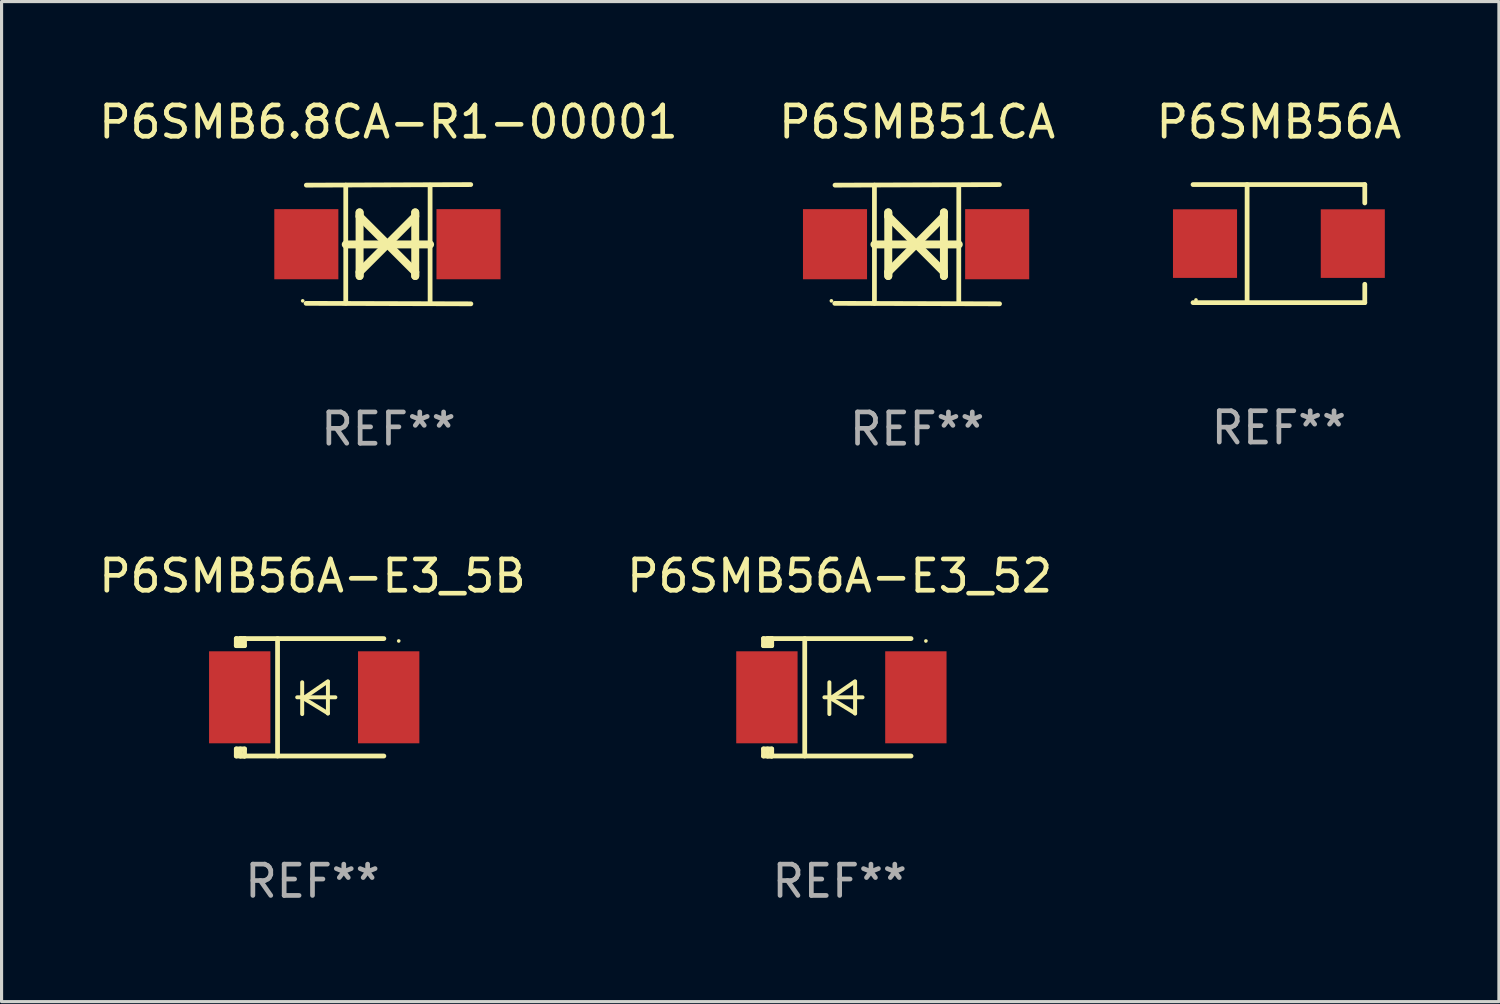
<source format=kicad_pcb>
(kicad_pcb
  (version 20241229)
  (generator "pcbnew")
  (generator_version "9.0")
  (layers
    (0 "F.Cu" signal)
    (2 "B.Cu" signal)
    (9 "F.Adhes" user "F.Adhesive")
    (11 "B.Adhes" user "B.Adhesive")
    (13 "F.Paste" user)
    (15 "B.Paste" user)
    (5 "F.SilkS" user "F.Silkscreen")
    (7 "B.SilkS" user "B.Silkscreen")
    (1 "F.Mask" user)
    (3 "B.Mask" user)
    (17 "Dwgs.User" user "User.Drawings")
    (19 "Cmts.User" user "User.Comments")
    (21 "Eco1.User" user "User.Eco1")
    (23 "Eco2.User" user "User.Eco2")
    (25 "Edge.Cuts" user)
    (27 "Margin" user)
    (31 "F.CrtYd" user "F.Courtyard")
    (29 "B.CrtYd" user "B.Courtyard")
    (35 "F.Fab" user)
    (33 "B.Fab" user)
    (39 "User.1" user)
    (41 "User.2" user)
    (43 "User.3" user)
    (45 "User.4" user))
  (footprint "P6SMB6.8CA-R1-00001"
    (layer "F.Cu")
    (at 9.363 4.753)
    (property "Reference" "P6SMB6.8CA-R1-00001" (at 0 -3.905 0) (layer "F.SilkS") (effects (font (size 1 1) (thickness 0.15))))
    (attr through_hole)
    (fp_line (start -1.365 1.886) (end -1.365 -1.886) (stroke (width 0.152) (type solid)) (layer "F.SilkS"))
    (fp_line (start -1.365 0.008) (end 1.33 0.008) (stroke (width 0.254) (type solid)) (layer "F.SilkS"))
    (fp_line (start -0.923 -1.016) (end -0.923 1.016) (stroke (width 0.254) (type solid)) (layer "F.SilkS"))
    (fp_line (start -0.923 -0.889) (end -0.923 -1.016) (stroke (width 0.254) (type solid)) (layer "F.SilkS"))
    (fp_line (start -0.923 0.889) (end -0.034 0) (stroke (width 0.254) (type solid)) (layer "F.SilkS"))
    (fp_line (start -0.923 1.016) (end -0.923 0.889) (stroke (width 0.254) (type solid)) (layer "F.SilkS"))
    (fp_line (start -0.034 0) (end -0.923 -0.889) (stroke (width 0.254) (type solid)) (layer "F.SilkS"))
    (fp_line (start -0.034 0) (end 0.855 0.889) (stroke (width 0.254) (type solid)) (layer "F.SilkS"))
    (fp_line (start 0.855 -1.016) (end 0.855 -0.889) (stroke (width 0.254) (type solid)) (layer "F.SilkS"))
    (fp_line (start 0.855 -0.889) (end -0.034 0) (stroke (width 0.254) (type solid)) (layer "F.SilkS"))
    (fp_line (start 0.855 0.889) (end 0.855 1.016) (stroke (width 0.254) (type solid)) (layer "F.SilkS"))
    (fp_line (start 0.855 1.016) (end 0.855 -1.016) (stroke (width 0.254) (type solid)) (layer "F.SilkS"))
    (fp_line (start 1.33 1.886) (end 1.33 -1.886) (stroke (width 0.152) (type solid)) (layer "F.SilkS"))
    (fp_line (start 2.629 -1.905) (end -2.625 -1.887) (stroke (width 0.152) (type solid)) (layer "F.SilkS"))
    (fp_line (start 2.633 1.905) (end -2.633 1.89) (stroke (width 0.152) (type solid)) (layer "F.SilkS"))
    (fp_circle (center -2.741 1.81) (end -2.711 1.81) (stroke (width 0.06) (type solid)) (fill no) (layer "F.SilkS"))
    (fp_text user "REF**" (at 0 5.905 0) (layer "F.Fab") (effects (font (size 1 1) (thickness 0.15))))
    (pad "1" smd rect (at -2.625 0) (size 2.047 2.241) (layers "F.Cu" "F.Mask" "F.Paste"))
    (pad "2" smd rect (at 2.557 0) (size 2.047 2.241) (layers "F.Cu" "F.Mask" "F.Paste")))
  (footprint "P6SMB56A"
    (layer "F.Cu")
    (at 37.815 4.734)
    (property "Reference" "P6SMB56A" (at 0 -3.886 0) (layer "F.SilkS") (effects (font (size 1 1) (thickness 0.15))))
    (attr through_hole)
    (fp_line (start -2.744 -1.886) (end 2.744 -1.886) (stroke (width 0.152) (type solid)) (layer "F.SilkS"))
    (fp_line (start -2.744 1.886) (end 2.744 1.886) (stroke (width 0.152) (type solid)) (layer "F.SilkS"))
    (fp_line (start -1.016 -1.886) (end -1.016 1.886) (stroke (width 0.152) (type solid)) (layer "F.SilkS"))
    (fp_line (start 2.744 -1.886) (end 2.744 -1.299) (stroke (width 0.152) (type solid)) (layer "F.SilkS"))
    (fp_line (start 2.744 1.886) (end 2.744 1.299) (stroke (width 0.152) (type solid)) (layer "F.SilkS"))
    (fp_circle (center -2.65 1.8) (end -2.62 1.8) (stroke (width 0.06) (type solid)) (fill no) (layer "F.SilkS"))
    (fp_text user "REF**" (at 0 5.886 0) (layer "F.Fab") (effects (font (size 1 1) (thickness 0.15))))
    (pad "1" smd rect (at -2.361 0) (size 2.047 2.192) (layers "F.Cu" "F.Mask" "F.Paste"))
    (pad "2" smd rect (at 2.361 0) (size 2.047 2.192) (layers "F.Cu" "F.Mask" "F.Paste")))
  (footprint "P6SMB51CA"
    (layer "F.Cu")
    (at 26.256 4.753)
    (property "Reference" "P6SMB51CA" (at 0 -3.905 0) (layer "F.SilkS") (effects (font (size 1 1) (thickness 0.15))))
    (attr through_hole)
    (fp_line (start -1.365 1.886) (end -1.365 -1.886) (stroke (width 0.152) (type solid)) (layer "F.SilkS"))
    (fp_line (start -1.365 0.008) (end 1.33 0.008) (stroke (width 0.254) (type solid)) (layer "F.SilkS"))
    (fp_line (start -0.923 -1.016) (end -0.923 1.016) (stroke (width 0.254) (type solid)) (layer "F.SilkS"))
    (fp_line (start -0.923 -0.889) (end -0.923 -1.016) (stroke (width 0.254) (type solid)) (layer "F.SilkS"))
    (fp_line (start -0.923 0.889) (end -0.034 0) (stroke (width 0.254) (type solid)) (layer "F.SilkS"))
    (fp_line (start -0.923 1.016) (end -0.923 0.889) (stroke (width 0.254) (type solid)) (layer "F.SilkS"))
    (fp_line (start -0.034 0) (end -0.923 -0.889) (stroke (width 0.254) (type solid)) (layer "F.SilkS"))
    (fp_line (start -0.034 0) (end 0.855 0.889) (stroke (width 0.254) (type solid)) (layer "F.SilkS"))
    (fp_line (start 0.855 -1.016) (end 0.855 -0.889) (stroke (width 0.254) (type solid)) (layer "F.SilkS"))
    (fp_line (start 0.855 -0.889) (end -0.034 0) (stroke (width 0.254) (type solid)) (layer "F.SilkS"))
    (fp_line (start 0.855 0.889) (end 0.855 1.016) (stroke (width 0.254) (type solid)) (layer "F.SilkS"))
    (fp_line (start 0.855 1.016) (end 0.855 -1.016) (stroke (width 0.254) (type solid)) (layer "F.SilkS"))
    (fp_line (start 1.33 1.886) (end 1.33 -1.886) (stroke (width 0.152) (type solid)) (layer "F.SilkS"))
    (fp_line (start 2.629 -1.905) (end -2.625 -1.887) (stroke (width 0.152) (type solid)) (layer "F.SilkS"))
    (fp_line (start 2.633 1.905) (end -2.633 1.89) (stroke (width 0.152) (type solid)) (layer "F.SilkS"))
    (fp_circle (center -2.741 1.81) (end -2.711 1.81) (stroke (width 0.06) (type solid)) (fill no) (layer "F.SilkS"))
    (fp_text user "REF**" (at 0 5.905 0) (layer "F.Fab") (effects (font (size 1 1) (thickness 0.15))))
    (pad "1" smd rect (at -2.625 0) (size 2.047 2.241) (layers "F.Cu" "F.Mask" "F.Paste"))
    (pad "2" smd rect (at 2.557 0) (size 2.047 2.241) (layers "F.Cu" "F.Mask" "F.Paste")))
  (footprint "P6SMB56A-E3_52"
    (layer "F.Cu")
    (at 23.78 19.231)
    (property "Reference" "P6SMB56A-E3_52" (at 0 -3.876 0) (layer "F.SilkS") (effects (font (size 1 1) (thickness 0.15))))
    (attr through_hole)
    (fp_line (start -2.435 1.65) (end -2.171 1.65) (stroke (width 0.152) (type solid)) (layer "F.SilkS"))
    (fp_line (start -2.435 1.876) (end -2.435 1.65) (stroke (width 0.152) (type solid)) (layer "F.SilkS"))
    (fp_line (start -2.435 -1.876) (end -2.171 -1.876) (stroke (width 0.152) (type solid)) (layer "F.SilkS"))
    (fp_line (start -2.435 -1.65) (end -2.435 -1.876) (stroke (width 0.152) (type solid)) (layer "F.SilkS"))
    (fp_line (start -2.305 -1.866) (end -2.295 -1.876) (stroke (width 0.152) (type solid)) (layer "F.SilkS"))
    (fp_line (start -2.305 -1.65) (end -2.305 -1.866) (stroke (width 0.152) (type solid)) (layer "F.SilkS"))
    (fp_line (start -2.305 1.876) (end -2.305 1.65) (stroke (width 0.152) (type solid)) (layer "F.SilkS"))
    (fp_line (start -2.295 -1.876) (end -2.295 -1.65) (stroke (width 0.152) (type solid)) (layer "F.SilkS"))
    (fp_line (start -2.171 1.876) (end -2.435 1.876) (stroke (width 0.152) (type solid)) (layer "F.SilkS"))
    (fp_line (start -2.171 -1.65) (end -2.435 -1.65) (stroke (width 0.152) (type solid)) (layer "F.SilkS"))
    (fp_line (start -2.171 -1.876) (end -2.295 -1.876) (stroke (width 0.152) (type solid)) (layer "F.SilkS"))
    (fp_line (start -2.171 -1.65) (end -2.171 -1.876) (stroke (width 0.152) (type solid)) (layer "F.SilkS"))
    (fp_line (start -2.171 1.876) (end -2.305 1.876) (stroke (width 0.152) (type solid)) (layer "F.SilkS"))
    (fp_line (start -2.171 1.876) (end -2.171 1.65) (stroke (width 0.152) (type solid)) (layer "F.SilkS"))
    (fp_line (start -1.116 1.876) (end -1.116 -1.876) (stroke (width 0.152) (type solid)) (layer "F.SilkS"))
    (fp_line (start -0.488 0.000102) (end 0.731 0.000102) (stroke (width 0.127) (type solid)) (layer "F.SilkS"))
    (fp_line (start -0.329 -0.48) (end -0.329 0.536) (stroke (width 0.127) (type solid)) (layer "F.SilkS"))
    (fp_line (start -0.29 0.03) (end 0.493 0.51) (stroke (width 0.127) (type solid)) (layer "F.SilkS"))
    (fp_line (start 0.493 -0.51) (end -0.29 0.03) (stroke (width 0.127) (type solid)) (layer "F.SilkS"))
    (fp_line (start 0.493 0.52) (end 0.493 -0.496) (stroke (width 0.127) (type solid)) (layer "F.SilkS"))
    (fp_line (start 2.281 -1.876) (end -2.171 -1.876) (stroke (width 0.152) (type solid)) (layer "F.SilkS"))
    (fp_line (start 2.281 1.876) (end -2.171 1.876) (stroke (width 0.152) (type solid)) (layer "F.SilkS"))
    (fp_circle (center 2.755 -1.8) (end 2.785 -1.8) (stroke (width 0.06) (type solid)) (fill no) (layer "F.SilkS"))
    (fp_text user "REF**" (at 0 5.876 0) (layer "F.Fab") (effects (font (size 1 1) (thickness 0.15))))
    (pad "1" smd rect (at 2.435 -0.000025 180) (size 1.96 2.94) (layers "F.Cu" "F.Mask" "F.Paste"))
    (pad "2" smd rect (at -2.325 -0.000025 180) (size 1.96 2.94) (layers "F.Cu" "F.Mask" "F.Paste")))
  (footprint "P6SMB56A-E3_5B"
    (layer "F.Cu")
    (at 6.935 19.231)
    (property "Reference" "P6SMB56A-E3_5B" (at 0 -3.876 0) (layer "F.SilkS") (effects (font (size 1 1) (thickness 0.15))))
    (attr through_hole)
    (fp_line (start -2.435 1.65) (end -2.171 1.65) (stroke (width 0.152) (type solid)) (layer "F.SilkS"))
    (fp_line (start -2.435 1.876) (end -2.435 1.65) (stroke (width 0.152) (type solid)) (layer "F.SilkS"))
    (fp_line (start -2.435 -1.876) (end -2.171 -1.876) (stroke (width 0.152) (type solid)) (layer "F.SilkS"))
    (fp_line (start -2.435 -1.65) (end -2.435 -1.876) (stroke (width 0.152) (type solid)) (layer "F.SilkS"))
    (fp_line (start -2.305 -1.866) (end -2.295 -1.876) (stroke (width 0.152) (type solid)) (layer "F.SilkS"))
    (fp_line (start -2.305 -1.65) (end -2.305 -1.866) (stroke (width 0.152) (type solid)) (layer "F.SilkS"))
    (fp_line (start -2.305 1.876) (end -2.305 1.65) (stroke (width 0.152) (type solid)) (layer "F.SilkS"))
    (fp_line (start -2.295 -1.876) (end -2.295 -1.65) (stroke (width 0.152) (type solid)) (layer "F.SilkS"))
    (fp_line (start -2.171 1.876) (end -2.435 1.876) (stroke (width 0.152) (type solid)) (layer "F.SilkS"))
    (fp_line (start -2.171 -1.65) (end -2.435 -1.65) (stroke (width 0.152) (type solid)) (layer "F.SilkS"))
    (fp_line (start -2.171 -1.876) (end -2.295 -1.876) (stroke (width 0.152) (type solid)) (layer "F.SilkS"))
    (fp_line (start -2.171 -1.65) (end -2.171 -1.876) (stroke (width 0.152) (type solid)) (layer "F.SilkS"))
    (fp_line (start -2.171 1.876) (end -2.305 1.876) (stroke (width 0.152) (type solid)) (layer "F.SilkS"))
    (fp_line (start -2.171 1.876) (end -2.171 1.65) (stroke (width 0.152) (type solid)) (layer "F.SilkS"))
    (fp_line (start -1.116 1.876) (end -1.116 -1.876) (stroke (width 0.152) (type solid)) (layer "F.SilkS"))
    (fp_line (start -0.488 0.000102) (end 0.731 0.000102) (stroke (width 0.127) (type solid)) (layer "F.SilkS"))
    (fp_line (start -0.329 -0.48) (end -0.329 0.536) (stroke (width 0.127) (type solid)) (layer "F.SilkS"))
    (fp_line (start -0.29 0.03) (end 0.493 0.51) (stroke (width 0.127) (type solid)) (layer "F.SilkS"))
    (fp_line (start 0.493 -0.51) (end -0.29 0.03) (stroke (width 0.127) (type solid)) (layer "F.SilkS"))
    (fp_line (start 0.493 0.52) (end 0.493 -0.496) (stroke (width 0.127) (type solid)) (layer "F.SilkS"))
    (fp_line (start 2.281 -1.876) (end -2.171 -1.876) (stroke (width 0.152) (type solid)) (layer "F.SilkS"))
    (fp_line (start 2.281 1.876) (end -2.171 1.876) (stroke (width 0.152) (type solid)) (layer "F.SilkS"))
    (fp_circle (center 2.755 -1.8) (end 2.785 -1.8) (stroke (width 0.06) (type solid)) (fill no) (layer "F.SilkS"))
    (fp_text user "REF**" (at 0 5.876 0) (layer "F.Fab") (effects (font (size 1 1) (thickness 0.15))))
    (pad "1" smd rect (at 2.435 -0.000025 180) (size 1.96 2.94) (layers "F.Cu" "F.Mask" "F.Paste"))
    (pad "2" smd rect (at -2.325 -0.000025 180) (size 1.96 2.94) (layers "F.Cu" "F.Mask" "F.Paste")))
  (gr_rect
    (start -3 -3)
    (end 44.845 28.956)
    (stroke (width 0.1) (type default))
    (fill no)
    (layer "Edge.Cuts")))
</source>
